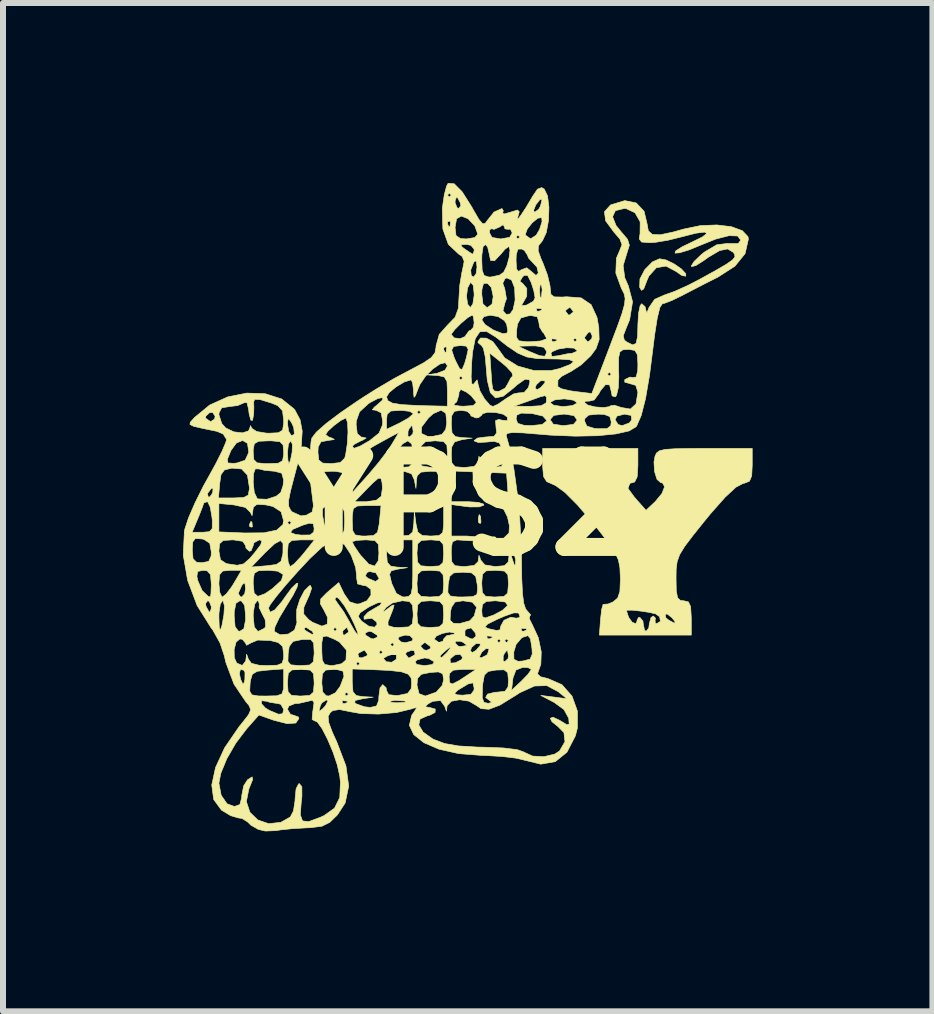
<source format=kicad_pcb>
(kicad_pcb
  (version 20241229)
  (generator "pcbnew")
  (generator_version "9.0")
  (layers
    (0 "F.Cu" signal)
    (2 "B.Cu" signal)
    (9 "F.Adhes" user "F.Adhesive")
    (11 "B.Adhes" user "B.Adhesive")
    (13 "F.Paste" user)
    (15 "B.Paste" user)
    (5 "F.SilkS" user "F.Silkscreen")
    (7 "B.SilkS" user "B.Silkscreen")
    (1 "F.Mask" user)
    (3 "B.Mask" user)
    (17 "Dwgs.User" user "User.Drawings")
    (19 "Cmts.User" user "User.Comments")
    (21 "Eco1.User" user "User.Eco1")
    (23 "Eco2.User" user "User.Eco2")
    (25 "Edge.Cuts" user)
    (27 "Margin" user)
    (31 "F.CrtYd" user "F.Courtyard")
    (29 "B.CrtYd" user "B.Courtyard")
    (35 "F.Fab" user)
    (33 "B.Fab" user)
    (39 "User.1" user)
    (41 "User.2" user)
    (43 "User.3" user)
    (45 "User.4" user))
  (footprint "YPS2"
    (layer "F.Cu")
    (at 4.727 5.378)
    (property "Reference" "YPS2" (at 0 0 0) (layer "F.SilkS") (effects (font (size 1.524 1.524) (thickness 0.3))))
    (attr through_hole)
    (fp_poly (pts (xy 0.254 -0.349) (xy 0.222 -0.318) (xy 0.191 -0.349) (xy 0.222 -0.381) (xy 0.254 -0.349)) (stroke (width 0.01) (type solid)) (fill yes) (layer "F.SilkS"))
    (fp_poly (pts (xy -3.577 0.275) (xy -3.57 0.351) (xy -3.577 0.36) (xy -3.615 0.351) (xy -3.619 0.318) (xy -3.596 0.265) (xy -3.577 0.275)) (stroke (width 0.01) (type solid)) (fill yes) (layer "F.SilkS"))
    (fp_poly (pts (xy 0.234 0.179) (xy 0.241 0.278) (xy 0.229 0.3) (xy 0.2 0.281) (xy 0.196 0.217) (xy 0.211 0.149) (xy 0.234 0.179)) (stroke (width 0.01) (type solid)) (fill yes) (layer "F.SilkS"))
    (fp_poly (pts (xy 0.491 0.533) (xy 0.472 0.562) (xy 0.407 0.566) (xy 0.34 0.551) (xy 0.369 0.528) (xy 0.468 0.521) (xy 0.491 0.533)) (stroke (width 0.01) (type solid)) (fill yes) (layer "F.SilkS"))
    (fp_poly (pts (xy 3.324 -4.095) (xy 3.459 -4.03) (xy 3.582 -3.945) (xy 3.655 -3.865) (xy 3.655 -3.824) (xy 3.589 -3.835) (xy 3.498 -3.9) (xy 3.326 -3.992) (xy 3.165 -3.965) (xy 3.04 -3.826) (xy 3.006 -3.747) (xy 2.954 -3.612) (xy 2.917 -3.587) (xy 2.886 -3.64) (xy 2.891 -3.778) (xy 2.972 -3.933) (xy 3.099 -4.062) (xy 3.217 -4.114) (xy 3.324 -4.095)) (stroke (width 0.01) (type solid)) (fill yes) (layer "F.SilkS"))
    (fp_poly (pts (xy 2.857 -0.667) (xy 2.845 -0.478) (xy 2.803 -0.393) (xy 2.762 -0.381) (xy 2.682 -0.36) (xy 2.691 -0.287) (xy 2.793 -0.148) (xy 2.831 -0.103) (xy 2.992 0.079) (xy 3.147 -0.067) (xy 3.258 -0.201) (xy 3.302 -0.314) (xy 3.268 -0.377) (xy 3.24 -0.381) (xy 3.176 -0.436) (xy 3.134 -0.568) (xy 3.125 -0.727) (xy 3.142 -0.821) (xy 3.167 -0.876) (xy 3.216 -0.913) (xy 3.31 -0.936) (xy 3.472 -0.947) (xy 3.723 -0.952) (xy 3.973 -0.953) (xy 4.763 -0.953) (xy 4.763 -0.671) (xy 4.754 -0.494) (xy 4.717 -0.406) (xy 4.633 -0.373) (xy 4.611 -0.369) (xy 4.491 -0.306) (xy 4.312 -0.14) (xy 4.071 0.132) (xy 3.976 0.248) (xy 3.773 0.501) (xy 3.636 0.682) (xy 3.553 0.818) (xy 3.511 0.936) (xy 3.495 1.062) (xy 3.493 1.216) (xy 3.497 1.426) (xy 3.519 1.538) (xy 3.566 1.582) (xy 3.619 1.587) (xy 3.699 1.606) (xy 3.736 1.684) (xy 3.746 1.853) (xy 3.747 1.873) (xy 3.747 2.159) (xy 2.215 2.159) (xy 2.235 1.889) (xy 2.251 1.749) (xy 2.667 1.749) (xy 2.686 1.816) (xy 2.706 1.868) (xy 2.762 1.946) (xy 2.824 1.969) (xy 2.844 1.923) (xy 2.842 1.911) (xy 2.871 1.863) (xy 2.889 1.864) (xy 2.941 1.925) (xy 2.948 1.984) (xy 2.968 2.079) (xy 2.995 2.095) (xy 3.038 2.042) (xy 3.048 1.968) (xy 3.076 1.865) (xy 3.115 1.841) (xy 3.153 1.88) (xy 3.143 1.905) (xy 3.148 1.964) (xy 3.171 1.968) (xy 3.233 1.93) (xy 3.219 1.854) (xy 3.164 1.812) (xy 3.311 1.812) (xy 3.323 1.87) (xy 3.367 1.907) (xy 3.47 1.963) (xy 3.476 1.936) (xy 3.428 1.872) (xy 3.347 1.808) (xy 3.311 1.812) (xy 3.164 1.812) (xy 3.159 1.808) (xy 3.053 1.782) (xy 2.903 1.759) (xy 2.76 1.744) (xy 2.674 1.745) (xy 2.667 1.749) (xy 2.251 1.749) (xy 2.253 1.731) (xy 2.276 1.649) (xy 2.286 1.646) (xy 2.36 1.641) (xy 2.445 1.605) (xy 2.52 1.541) (xy 2.557 1.431) (xy 2.565 1.238) (xy 2.564 1.191) (xy 2.557 1.036) (xy 2.533 0.91) (xy 2.477 0.785) (xy 2.376 0.633) (xy 2.216 0.426) (xy 2.098 0.28) (xy 1.849 -0.011) (xy 1.641 -0.219) (xy 1.486 -0.333) (xy 1.455 -0.347) (xy 1.337 -0.399) (xy 1.284 -0.484) (xy 1.27 -0.644) (xy 1.27 -0.68) (xy 1.27 -0.953) (xy 2.857 -0.953) (xy 2.857 -0.667)) (stroke (width 0.01) (type solid)) (fill yes) (layer "F.SilkS"))
    (fp_poly (pts (xy -0.205 -5.364) (xy -0.074 -5.233) (xy 0.087 -4.979) (xy 0.107 -4.942) (xy 0.207 -4.77) (xy 0.27 -4.696) (xy 0.315 -4.707) (xy 0.34 -4.744) (xy 0.459 -4.893) (xy 0.591 -4.952) (xy 0.591 -4.952) (xy 0.614 -4.913) (xy 0.603 -4.89) (xy 0.618 -4.859) (xy 0.734 -4.891) (xy 0.85 -4.927) (xy 0.879 -4.898) (xy 0.864 -4.843) (xy 0.842 -4.767) (xy 0.874 -4.797) (xy 0.905 -4.837) (xy 0.959 -4.919) (xy 1.117 -4.919) (xy 1.136 -4.889) (xy 1.204 -4.94) (xy 1.233 -4.994) (xy 1.259 -5.101) (xy 1.224 -5.102) (xy 1.156 -5.014) (xy 1.117 -4.919) (xy 0.959 -4.919) (xy 0.99 -4.966) (xy 1.09 -5.134) (xy 1.096 -5.146) (xy 1.183 -5.275) (xy 1.253 -5.301) (xy 1.295 -5.276) (xy 1.351 -5.162) (xy 1.374 -4.972) (xy 1.367 -4.754) (xy 1.33 -4.552) (xy 1.266 -4.415) (xy 1.259 -4.406) (xy 1.2 -4.332) (xy 1.194 -4.249) (xy 1.243 -4.112) (xy 1.275 -4.041) (xy 1.35 -3.842) (xy 1.392 -3.663) (xy 1.396 -3.619) (xy 1.407 -3.52) (xy 1.463 -3.479) (xy 1.599 -3.476) (xy 1.668 -3.481) (xy 1.911 -3.462) (xy 2.077 -3.35) (xy 2.175 -3.138) (xy 2.205 -2.968) (xy 2.211 -2.766) (xy 2.159 -2.616) (xy 2.072 -2.498) (xy 1.912 -2.346) (xy 1.737 -2.233) (xy 1.716 -2.223) (xy 1.584 -2.153) (xy 1.524 -2.091) (xy 1.524 -2.088) (xy 1.522 -1.984) (xy 1.577 -1.949) (xy 1.72 -1.915) (xy 1.805 -1.902) (xy 2.089 -1.868) (xy 2.213 -2.191) (xy 2.349 -2.191) (xy 2.381 -2.159) (xy 2.413 -2.191) (xy 2.381 -2.223) (xy 2.349 -2.191) (xy 2.213 -2.191) (xy 2.389 -2.653) (xy 2.51 -2.972) (xy 2.59 -3.196) (xy 2.633 -3.348) (xy 2.644 -3.452) (xy 2.628 -3.53) (xy 2.59 -3.606) (xy 2.583 -3.618) (xy 2.489 -3.874) (xy 2.499 -4.124) (xy 2.554 -4.253) (xy 2.592 -4.349) (xy 2.557 -4.443) (xy 2.459 -4.557) (xy 2.319 -4.747) (xy 2.31 -4.816) (xy 2.435 -4.816) (xy 2.492 -4.67) (xy 2.574 -4.569) (xy 2.685 -4.438) (xy 2.715 -4.339) (xy 2.678 -4.222) (xy 2.678 -4.221) (xy 2.611 -4.001) (xy 2.638 -3.798) (xy 2.698 -3.662) (xy 2.768 -3.397) (xy 2.719 -3.097) (xy 2.664 -2.964) (xy 2.613 -2.831) (xy 2.631 -2.758) (xy 2.671 -2.727) (xy 2.771 -2.678) (xy 2.827 -2.704) (xy 2.852 -2.821) (xy 2.857 -3.016) (xy 2.868 -3.208) (xy 2.895 -3.334) (xy 2.921 -3.365) (xy 2.978 -3.313) (xy 2.991 -3.254) (xy 3.006 -3.211) (xy 3.039 -3.292) (xy 3.04 -3.298) (xy 3.136 -3.438) (xy 3.296 -3.509) (xy 3.468 -3.57) (xy 3.692 -3.671) (xy 3.865 -3.76) (xy 4.145 -3.914) (xy 4.329 -4.021) (xy 4.433 -4.094) (xy 4.475 -4.146) (xy 4.469 -4.189) (xy 4.445 -4.223) (xy 4.353 -4.278) (xy 4.22 -4.251) (xy 4.027 -4.137) (xy 3.953 -4.083) (xy 3.826 -4.003) (xy 3.753 -3.983) (xy 3.747 -3.994) (xy 3.793 -4.068) (xy 3.91 -4.18) (xy 3.968 -4.227) (xy 4.171 -4.347) (xy 4.356 -4.371) (xy 4.381 -4.368) (xy 4.529 -4.368) (xy 4.572 -4.424) (xy 4.52 -4.494) (xy 4.376 -4.499) (xy 4.153 -4.442) (xy 3.912 -4.345) (xy 3.711 -4.262) (xy 3.551 -4.214) (xy 3.476 -4.208) (xy 3.486 -4.244) (xy 3.591 -4.312) (xy 3.741 -4.384) (xy 3.933 -4.478) (xy 4.007 -4.537) (xy 3.968 -4.559) (xy 3.822 -4.54) (xy 3.595 -4.482) (xy 3.363 -4.424) (xy 3.147 -4.388) (xy 3.053 -4.382) (xy 2.918 -4.393) (xy 2.879 -4.446) (xy 2.893 -4.534) (xy 2.895 -4.73) (xy 2.809 -4.881) (xy 2.66 -4.951) (xy 2.631 -4.953) (xy 2.482 -4.916) (xy 2.435 -4.816) (xy 2.31 -4.816) (xy 2.299 -4.898) (xy 2.4 -5.01) (xy 2.409 -5.014) (xy 2.638 -5.084) (xy 2.829 -5.045) (xy 2.96 -4.906) (xy 3.01 -4.697) (xy 3.031 -4.58) (xy 3.097 -4.52) (xy 3.228 -4.514) (xy 3.446 -4.56) (xy 3.619 -4.609) (xy 3.899 -4.667) (xy 4.174 -4.678) (xy 4.416 -4.649) (xy 4.598 -4.582) (xy 4.692 -4.483) (xy 4.699 -4.441) (xy 4.644 -4.2) (xy 4.475 -3.991) (xy 4.194 -3.81) (xy 3.952 -3.688) (xy 3.713 -3.564) (xy 3.59 -3.5) (xy 3.421 -3.418) (xy 3.294 -3.37) (xy 3.266 -3.366) (xy 3.224 -3.304) (xy 3.18 -3.127) (xy 3.136 -2.847) (xy 3.116 -2.684) (xy 3.051 -2.173) (xy 2.984 -1.782) (xy 2.913 -1.503) (xy 2.838 -1.33) (xy 2.826 -1.313) (xy 2.71 -1.244) (xy 2.488 -1.194) (xy 2.182 -1.164) (xy 1.813 -1.157) (xy 1.402 -1.174) (xy 1.221 -1.189) (xy 0.939 -1.212) (xy 0.765 -1.217) (xy 0.678 -1.203) (xy 0.661 -1.169) (xy 0.663 -1.162) (xy 0.73 -0.926) (xy 0.792 -0.596) (xy 0.846 -0.204) (xy 0.887 0.218) (xy 0.911 0.639) (xy 0.916 0.857) (xy 0.921 1.215) (xy 0.933 1.466) (xy 0.954 1.629) (xy 0.986 1.724) (xy 1.016 1.76) (xy 1.07 1.823) (xy 1.056 1.839) (xy 1.046 1.885) (xy 1.099 1.991) (xy 1.197 2.202) (xy 1.246 2.438) (xy 1.239 2.645) (xy 1.214 2.717) (xy 1.183 2.805) (xy 1.232 2.853) (xy 1.358 2.884) (xy 1.591 2.986) (xy 1.759 3.177) (xy 1.849 3.427) (xy 1.848 3.71) (xy 1.815 3.839) (xy 1.674 4.112) (xy 1.48 4.269) (xy 1.237 4.311) (xy 0.973 4.246) (xy 0.826 4.211) (xy 0.596 4.183) (xy 0.326 4.167) (xy 0.254 4.165) (xy -0.131 4.135) (xy -0.457 4.062) (xy -0.711 3.953) (xy -0.88 3.818) (xy -0.953 3.663) (xy -0.951 3.657) (xy -0.796 3.657) (xy -0.724 3.776) (xy -0.563 3.891) (xy -0.545 3.899) (xy -0.364 3.967) (xy -0.134 4.007) (xy 0.178 4.026) (xy 0.294 4.028) (xy 0.618 4.041) (xy 0.845 4.069) (xy 0.961 4.11) (xy 0.963 4.113) (xy 1.101 4.176) (xy 1.291 4.186) (xy 1.471 4.143) (xy 1.551 4.091) (xy 1.641 3.936) (xy 1.624 3.784) (xy 1.524 3.683) (xy 1.423 3.602) (xy 1.397 3.546) (xy 1.441 3.528) (xy 1.553 3.58) (xy 1.561 3.585) (xy 1.674 3.654) (xy 1.711 3.643) (xy 1.704 3.545) (xy 1.624 3.4) (xy 1.46 3.281) (xy 1.238 3.165) (xy 1.456 3.192) (xy 1.674 3.22) (xy 1.528 3.102) (xy 1.34 3.002) (xy 1.134 3.008) (xy 0.89 3.119) (xy 0.811 3.17) (xy 0.558 3.326) (xy 0.374 3.396) (xy 0.24 3.385) (xy 0.17 3.336) (xy 0.041 3.261) (xy -0.115 3.237) (xy -0.252 3.262) (xy -0.323 3.336) (xy -0.325 3.35) (xy -0.334 3.428) (xy -0.352 3.383) (xy -0.361 3.35) (xy -0.433 3.251) (xy -0.563 3.263) (xy -0.635 3.302) (xy -0.693 3.351) (xy -0.633 3.364) (xy -0.619 3.365) (xy -0.521 3.392) (xy -0.524 3.449) (xy -0.619 3.498) (xy -0.651 3.504) (xy -0.774 3.559) (xy -0.796 3.657) (xy -0.951 3.657) (xy -0.915 3.498) (xy -0.878 3.445) (xy -0.829 3.372) (xy -0.878 3.375) (xy -0.921 3.391) (xy -1.166 3.45) (xy -1.469 3.476) (xy -1.765 3.467) (xy -1.936 3.437) (xy -2.118 3.4) (xy -2.228 3.418) (xy -2.271 3.451) (xy -2.307 3.515) (xy -2.297 3.616) (xy -2.236 3.78) (xy -2.162 3.942) (xy -2.01 4.34) (xy -1.964 4.676) (xy -2.023 4.958) (xy -2.152 5.157) (xy -2.281 5.282) (xy -2.412 5.346) (xy -2.6 5.37) (xy -2.676 5.373) (xy -2.903 5.386) (xy -3.102 5.407) (xy -3.175 5.419) (xy -3.354 5.426) (xy -3.47 5.399) (xy -3.596 5.327) (xy -3.648 5.275) (xy -3.741 5.216) (xy -3.805 5.207) (xy -3.933 5.169) (xy -4.083 5.078) (xy -4.087 5.075) (xy -4.215 4.899) (xy -4.247 4.658) (xy -4.24 4.628) (xy -4.128 4.628) (xy -4.09 4.83) (xy -3.992 4.971) (xy -3.871 5.016) (xy -3.778 4.984) (xy -3.747 4.866) (xy -3.747 4.834) (xy -3.715 4.673) (xy -3.651 4.572) (xy -3.574 4.523) (xy -3.564 4.564) (xy -3.62 4.705) (xy -3.628 4.723) (xy -3.67 4.934) (xy -3.611 5.113) (xy -3.479 5.241) (xy -3.298 5.303) (xy -3.094 5.28) (xy -2.937 5.191) (xy -2.885 5.091) (xy -2.859 4.923) (xy -2.857 4.882) (xy -2.841 4.721) (xy -2.799 4.639) (xy -2.786 4.636) (xy -2.745 4.687) (xy -2.744 4.848) (xy -2.756 4.953) (xy -2.771 5.155) (xy -2.734 5.257) (xy -2.63 5.268) (xy -2.44 5.198) (xy -2.374 5.168) (xy -2.2 5.044) (xy -2.113 4.867) (xy -2.102 4.611) (xy -2.113 4.509) (xy -2.155 4.321) (xy -2.227 4.107) (xy -2.316 3.897) (xy -2.407 3.72) (xy -2.487 3.608) (xy -2.538 3.586) (xy -2.574 3.565) (xy -2.563 3.435) (xy -2.561 3.421) (xy -2.56 3.416) (xy -2.457 3.416) (xy -2.451 3.429) (xy -2.397 3.387) (xy -2.349 3.334) (xy -2.312 3.26) (xy -2.074 3.26) (xy -2.066 3.297) (xy -2.032 3.302) (xy -1.98 3.279) (xy -1.99 3.26) (xy -2.065 3.252) (xy -2.074 3.26) (xy -2.312 3.26) (xy -2.311 3.256) (xy -2.335 3.239) (xy -2.411 3.289) (xy -2.436 3.334) (xy -2.457 3.416) (xy -2.56 3.416) (xy -2.542 3.286) (xy -2.57 3.245) (xy -2.63 3.26) (xy -2.793 3.297) (xy -2.863 3.302) (xy -2.963 3.343) (xy -2.985 3.397) (xy -2.934 3.481) (xy -2.889 3.493) (xy -2.805 3.523) (xy -2.794 3.549) (xy -2.846 3.625) (xy -2.99 3.636) (xy -3.209 3.58) (xy -3.21 3.58) (xy -3.461 3.491) (xy -3.666 3.723) (xy -3.846 3.96) (xy -3.996 4.22) (xy -4.096 4.462) (xy -4.128 4.628) (xy -4.24 4.628) (xy -4.184 4.367) (xy -4.032 4.038) (xy -3.792 3.687) (xy -3.744 3.629) (xy -3.634 3.488) (xy -3.597 3.403) (xy -3.627 3.331) (xy -3.653 3.3) (xy -3.421 3.3) (xy -3.355 3.373) (xy -3.286 3.415) (xy -3.135 3.478) (xy -3.065 3.471) (xy -3.048 3.397) (xy -3.096 3.313) (xy -3.138 3.302) (xy -3.278 3.28) (xy -3.329 3.263) (xy -3.415 3.253) (xy -3.421 3.3) (xy -3.653 3.3) (xy -3.677 3.273) (xy -3.797 3.095) (xy -3.614 3.095) (xy -3.579 3.155) (xy -3.471 3.174) (xy -3.338 3.175) (xy -3.161 3.171) (xy -3.076 3.139) (xy -3.05 3.055) (xy -3.048 2.953) (xy -2.985 2.953) (xy -2.975 3.102) (xy -2.919 3.163) (xy -2.779 3.175) (xy -2.762 3.175) (xy -2.613 3.165) (xy -2.552 3.11) (xy -2.54 2.97) (xy -2.54 2.953) (xy -2.413 2.953) (xy -2.397 3.108) (xy -2.34 3.17) (xy -2.296 3.175) (xy -2.23 3.143) (xy -2.032 3.143) (xy -2 3.175) (xy -1.968 3.143) (xy -2 3.111) (xy -2.032 3.143) (xy -2.23 3.143) (xy -2.186 3.122) (xy -2.106 3.013) (xy -2.082 2.95) (xy -1.905 2.95) (xy -1.893 3.102) (xy -1.839 3.167) (xy -1.73 3.185) (xy -1.556 3.194) (xy -1.741 3.222) (xy -1.859 3.25) (xy -1.861 3.289) (xy -1.837 3.306) (xy -1.701 3.354) (xy -1.603 3.365) (xy -1.5 3.341) (xy -1.475 3.277) (xy -1.274 3.277) (xy -1.186 3.287) (xy -1.143 3.287) (xy -1.027 3.281) (xy -1.014 3.264) (xy -1.032 3.258) (xy -1.193 3.248) (xy -1.254 3.258) (xy -1.274 3.277) (xy -1.475 3.277) (xy -1.463 3.245) (xy -1.462 3.204) (xy 0.262 3.204) (xy 0.291 3.281) (xy 0.361 3.297) (xy 0.423 3.281) (xy 0.397 3.26) (xy 0.319 3.199) (xy 0.35 3.143) (xy 0.474 3.112) (xy 0.508 3.111) (xy 0.642 3.096) (xy 0.653 3.08) (xy 0.751 3.08) (xy 0.915 2.926) (xy 1.025 2.813) (xy 1.078 2.736) (xy 1.079 2.73) (xy 1.026 2.701) (xy 0.937 2.698) (xy 0.824 2.742) (xy 0.775 2.872) (xy 0.772 2.894) (xy 0.751 3.08) (xy 0.653 3.08) (xy 0.692 3.024) (xy 0.699 2.917) (xy 0.687 2.785) (xy 0.626 2.738) (xy 0.492 2.742) (xy 0.361 2.765) (xy 0.298 2.826) (xy 0.272 2.963) (xy 0.266 3.032) (xy 0.262 3.204) (xy -1.462 3.204) (xy -1.46 3.175) (xy -1.442 3.041) (xy -1.398 2.985) (xy -1.397 2.985) (xy -1.341 3.036) (xy -1.333 3.084) (xy -1.298 3.152) (xy -1.173 3.167) (xy -1.127 3.163) (xy -0.982 3.132) (xy -0.924 3.055) (xy -0.917 2.991) (xy -0.826 2.991) (xy -0.792 3.135) (xy -0.688 3.175) (xy -0.565 3.132) (xy -0.201 3.132) (xy -0.156 3.155) (xy -0.067 3.161) (xy 0.073 3.147) (xy 0.124 3.079) (xy 0.127 3.042) (xy 0.107 2.955) (xy 0.028 2.973) (xy 0.016 2.98) (xy -0.146 3.078) (xy -0.201 3.132) (xy -0.565 3.132) (xy -0.51 3.113) (xy -0.504 3.109) (xy -0.405 2.998) (xy -0.381 2.9) (xy -0.388 2.857) (xy -0.29 2.857) (xy -0.281 2.953) (xy -0.235 2.974) (xy -0.128 2.92) (xy -0.032 2.857) (xy 0.159 2.731) (xy -0.066 2.731) (xy -0.22 2.744) (xy -0.283 2.799) (xy -0.29 2.857) (xy -0.388 2.857) (xy -0.397 2.805) (xy -0.468 2.773) (xy -0.603 2.782) (xy -0.754 2.813) (xy -0.815 2.88) (xy -0.826 2.991) (xy -0.917 2.991) (xy -0.914 2.972) (xy -0.923 2.875) (xy -0.972 2.811) (xy -1.082 2.772) (xy -1.276 2.749) (xy -1.572 2.735) (xy -1.905 2.724) (xy -1.905 2.95) (xy -2.082 2.95) (xy -2.043 2.846) (xy -2.059 2.761) (xy -2.164 2.732) (xy -2.223 2.731) (xy -2.35 2.743) (xy -2.403 2.806) (xy -2.413 2.953) (xy -2.54 2.953) (xy -2.55 2.804) (xy -2.605 2.743) (xy -2.745 2.731) (xy -2.762 2.731) (xy -2.911 2.74) (xy -2.972 2.796) (xy -2.984 2.936) (xy -2.985 2.953) (xy -3.048 2.953) (xy -3.048 2.949) (xy -3.048 2.723) (xy -3.318 2.743) (xy -3.489 2.763) (xy -3.57 2.811) (xy -3.602 2.915) (xy -3.608 2.969) (xy -3.614 3.095) (xy -3.797 3.095) (xy -3.876 2.977) (xy -3.943 2.8) (xy -3.787 2.8) (xy -3.766 2.896) (xy -3.727 2.98) (xy -3.705 2.946) (xy -3.695 2.9) (xy -3.693 2.784) (xy -3.709 2.747) (xy -3.768 2.73) (xy -3.787 2.8) (xy -3.943 2.8) (xy -4.013 2.612) (xy -4.037 2.506) (xy -4.073 2.399) (xy -3.874 2.399) (xy -3.871 2.536) (xy -3.831 2.625) (xy -3.738 2.665) (xy -3.681 2.592) (xy -3.676 2.556) (xy -3.667 2.478) (xy -3.648 2.523) (xy -3.639 2.556) (xy -3.586 2.63) (xy -3.456 2.662) (xy -3.329 2.667) (xy -3.155 2.661) (xy -3.074 2.628) (xy -3.065 2.598) (xy -2.977 2.598) (xy -2.929 2.655) (xy -2.794 2.667) (xy -2.766 2.667) (xy -2.616 2.658) (xy -2.553 2.604) (xy -2.54 2.468) (xy -2.54 2.441) (xy -2.542 2.413) (xy -2.413 2.413) (xy -2.405 2.576) (xy -2.365 2.648) (xy -2.265 2.667) (xy -2.229 2.667) (xy -2.081 2.636) (xy -2.079 2.635) (xy -1.841 2.635) (xy -1.81 2.667) (xy -1.778 2.635) (xy -1.81 2.603) (xy -1.841 2.635) (xy -2.079 2.635) (xy -2.009 2.572) (xy -2.008 2.547) (xy -1.387 2.547) (xy -1.344 2.597) (xy -1.333 2.604) (xy -1.244 2.612) (xy -1.231 2.603) (xy -0.857 2.603) (xy -0.832 2.648) (xy -0.708 2.667) (xy -0.699 2.667) (xy -0.569 2.65) (xy -0.538 2.607) (xy -0.54 2.603) (xy -0.605 2.565) (xy -0.274 2.565) (xy -0.267 2.626) (xy -0.186 2.621) (xy -0.125 2.59) (xy 0.611 2.59) (xy 0.637 2.603) (xy 0.692 2.552) (xy 0.699 2.508) (xy 0.688 2.441) (xy 0.788 2.441) (xy 0.79 2.562) (xy 0.86 2.597) (xy 0.941 2.591) (xy 1.06 2.56) (xy 1.096 2.476) (xy 1.091 2.382) (xy 1.066 2.223) (xy 1.026 2.168) (xy 0.945 2.193) (xy 0.916 2.209) (xy 0.827 2.314) (xy 0.788 2.441) (xy 0.688 2.441) (xy 0.685 2.424) (xy 0.674 2.413) (xy 0.633 2.463) (xy 0.612 2.508) (xy 0.611 2.59) (xy -0.125 2.59) (xy -0.085 2.57) (xy -0.064 2.533) (xy -0.071 2.523) (xy 0.214 2.523) (xy 0.242 2.54) (xy 0.336 2.493) (xy 0.352 2.472) (xy 0.376 2.39) (xy 0.326 2.383) (xy 0.255 2.443) (xy 0.214 2.523) (xy -0.071 2.523) (xy -0.106 2.48) (xy -0.194 2.49) (xy -0.268 2.552) (xy -0.274 2.565) (xy -0.605 2.565) (xy -0.63 2.55) (xy -0.699 2.54) (xy -0.818 2.57) (xy -0.857 2.603) (xy -1.231 2.603) (xy -1.172 2.564) (xy -1.168 2.495) (xy -1.175 2.486) (xy -1.248 2.484) (xy -1.313 2.504) (xy -1.387 2.547) (xy -2.008 2.547) (xy -2.005 2.477) (xy -1.81 2.477) (xy -1.795 2.531) (xy -1.75 2.54) (xy -1.663 2.507) (xy -1.651 2.477) (xy -1.674 2.445) (xy -1.46 2.445) (xy -1.429 2.477) (xy -1.016 2.477) (xy -0.97 2.538) (xy -0.956 2.54) (xy -0.912 2.516) (xy -0.445 2.516) (xy -0.414 2.535) (xy -0.329 2.453) (xy -0.309 2.429) (xy -0.306 2.425) (xy 0.064 2.425) (xy 0.1 2.45) (xy 0.16 2.412) (xy 0.227 2.334) (xy 0.228 2.302) (xy 0.158 2.301) (xy 0.084 2.365) (xy 0.064 2.425) (xy -0.306 2.425) (xy -0.254 2.354) (xy -0.287 2.369) (xy -0.333 2.405) (xy -0.421 2.483) (xy -0.445 2.516) (xy -0.912 2.516) (xy -0.87 2.494) (xy -0.857 2.477) (xy -0.872 2.422) (xy -0.917 2.413) (xy -1.004 2.446) (xy -1.016 2.477) (xy -1.429 2.477) (xy -1.397 2.445) (xy -1.429 2.413) (xy -1.46 2.445) (xy -1.674 2.445) (xy -1.697 2.415) (xy -1.711 2.413) (xy -1.797 2.459) (xy -1.81 2.477) (xy -2.005 2.477) (xy -2.003 2.408) (xy -2.081 2.318) (xy -1.27 2.318) (xy -1.238 2.349) (xy -0.762 2.349) (xy -0.71 2.405) (xy -0.663 2.413) (xy -0.597 2.382) (xy -0.603 2.349) (xy -0.684 2.288) (xy -0.688 2.288) (xy -0.191 2.288) (xy -0.139 2.343) (xy -0.095 2.349) (xy -0.011 2.336) (xy 0 2.325) (xy -0.05 2.284) (xy -0.095 2.263) (xy -0.177 2.262) (xy -0.191 2.288) (xy -0.688 2.288) (xy -0.702 2.286) (xy -0.76 2.334) (xy -0.762 2.349) (xy -1.238 2.349) (xy -1.206 2.318) (xy -1.238 2.286) (xy -1.27 2.318) (xy -2.081 2.318) (xy -2.118 2.275) (xy -2.197 2.231) (xy -2.331 2.175) (xy -2.393 2.185) (xy -2.412 2.284) (xy -2.413 2.413) (xy -2.542 2.413) (xy -2.548 2.291) (xy -2.597 2.233) (xy -2.721 2.232) (xy -2.746 2.234) (xy -2.892 2.265) (xy -2.955 2.348) (xy -2.973 2.461) (xy -2.977 2.598) (xy -3.065 2.598) (xy -3.049 2.545) (xy -3.048 2.479) (xy -3.065 2.349) (xy -3.14 2.283) (xy -3.271 2.25) (xy -3.48 2.242) (xy -3.588 2.287) (xy -3.667 2.329) (xy -3.683 2.294) (xy -3.734 2.231) (xy -3.778 2.223) (xy -3.841 2.276) (xy -3.874 2.399) (xy -4.073 2.399) (xy -4.109 2.291) (xy -4.23 2.074) (xy -4.262 2.032) (xy -4.374 1.852) (xy -4.128 1.852) (xy -4.122 2.029) (xy -4.105 2.08) (xy -4.078 2.005) (xy -4.048 1.841) (xy -3.873 1.841) (xy -3.858 2.018) (xy -3.806 2.091) (xy -3.778 2.095) (xy -3.712 2.054) (xy -3.685 1.915) (xy -3.683 1.841) (xy -3.556 1.841) (xy -3.538 2.024) (xy -3.481 2.094) (xy -3.468 2.095) (xy -3.367 2.045) (xy -3.348 2.013) (xy -3.357 1.902) (xy -3.402 1.814) (xy -3.453 1.708) (xy -3.302 1.708) (xy -3.274 1.777) (xy -3.196 1.739) (xy -3.078 1.601) (xy -3.02 1.518) (xy -2.915 1.376) (xy -2.835 1.299) (xy -2.811 1.295) (xy -2.825 1.362) (xy -2.896 1.502) (xy -3.009 1.684) (xy -3.122 1.872) (xy -3.193 2.021) (xy -3.205 2.098) (xy -3.108 2.154) (xy -2.971 2.142) (xy -2.868 2.076) (xy -2.862 2.058) (xy -2.712 2.058) (xy -2.667 2.095) (xy -2.566 2.153) (xy -2.552 2.131) (xy -2.572 2.095) (xy -2.621 2.064) (xy -2.223 2.064) (xy -2.191 2.095) (xy -2.064 2.095) (xy -2.059 2.154) (xy -2.036 2.159) (xy -1.971 2.113) (xy -1.968 2.095) (xy -1.99 2.034) (xy -1.997 2.032) (xy -2.051 2.076) (xy -2.064 2.095) (xy -2.191 2.095) (xy -2.159 2.064) (xy -2.191 2.032) (xy -2.223 2.064) (xy -2.621 2.064) (xy -2.664 2.035) (xy -2.687 2.033) (xy -2.712 2.058) (xy -2.862 2.058) (xy -2.827 1.952) (xy -2.834 1.861) (xy -2.83 1.729) (xy -2.779 1.567) (xy -2.703 1.421) (xy -2.622 1.339) (xy -2.6 1.333) (xy -2.583 1.382) (xy -2.623 1.499) (xy -2.634 1.521) (xy -2.712 1.697) (xy -2.713 1.81) (xy -2.63 1.902) (xy -2.568 1.945) (xy -2.411 2.01) (xy -2.322 1.977) (xy -2.317 1.863) (xy -2.374 1.748) (xy -2.438 1.635) (xy -2.43 1.56) (xy -2.195 1.56) (xy -2.145 1.635) (xy -2.048 1.769) (xy -1.948 1.943) (xy -1.943 1.953) (xy -1.867 2.088) (xy -1.813 2.157) (xy -1.807 2.159) (xy -1.813 2.127) (xy -1.69 2.127) (xy -1.683 2.159) (xy -1.591 2.217) (xy -1.548 2.223) (xy -1.143 2.223) (xy -1.09 2.274) (xy -1.016 2.286) (xy -0.913 2.259) (xy -0.891 2.225) (xy -0.538 2.225) (xy -0.536 2.229) (xy -0.46 2.283) (xy -0.392 2.26) (xy -0.39 2.254) (xy 0.508 2.254) (xy 0.54 2.286) (xy 0.572 2.254) (xy 0.635 2.254) (xy 0.667 2.286) (xy 0.699 2.254) (xy 0.667 2.223) (xy 0.635 2.254) (xy 0.572 2.254) (xy 0.54 2.223) (xy 0.508 2.254) (xy -0.39 2.254) (xy -0.381 2.223) (xy -0.329 2.168) (xy -0.275 2.159) (xy -0.202 2.143) (xy -0.204 2.124) (xy -0.283 2.108) (xy -0.4 2.131) (xy -0.503 2.175) (xy -0.538 2.225) (xy -0.891 2.225) (xy -0.889 2.223) (xy -0.942 2.171) (xy -1.016 2.159) (xy -1.119 2.186) (xy -1.143 2.223) (xy -1.548 2.223) (xy -1.485 2.191) (xy -1.492 2.159) (xy -1.584 2.101) (xy -1.627 2.095) (xy -1.69 2.127) (xy -1.813 2.127) (xy -1.816 2.108) (xy -1.825 2.087) (xy -0.026 2.087) (xy -0.025 2.172) (xy 0.07 2.22) (xy 0.104 2.223) (xy 0.155 2.18) (xy 0.339 2.18) (xy 0.347 2.218) (xy 0.381 2.223) (xy 0.433 2.199) (xy 0.423 2.18) (xy 0.348 2.173) (xy 0.339 2.18) (xy 0.155 2.18) (xy 0.158 2.178) (xy 0.15 2.127) (xy 0.077 2.039) (xy -0.007 2.062) (xy -0.026 2.087) (xy -1.825 2.087) (xy -1.871 1.977) (xy -1.933 1.849) (xy -1.805 1.849) (xy -1.754 1.92) (xy -1.745 1.929) (xy -1.63 2.01) (xy -1.533 2.028) (xy -1.491 1.982) (xy -1.499 1.941) (xy -1.577 1.879) (xy -1.625 1.884) (xy -1.707 1.895) (xy -1.709 1.851) (xy -1.644 1.781) (xy -1.631 1.773) (xy -1.396 1.773) (xy -1.367 1.761) (xy -1.306 1.714) (xy -1.234 1.661) (xy -1.207 1.659) (xy -1.227 1.732) (xy -1.293 1.898) (xy -1.309 1.937) (xy -1.307 2.001) (xy -1.215 2.029) (xy -1.118 2.032) (xy -0.966 2.023) (xy -0.903 1.971) (xy -0.889 1.839) (xy -0.889 1.81) (xy -0.826 1.81) (xy -0.816 1.959) (xy -0.76 2.02) (xy -0.62 2.032) (xy -0.603 2.032) (xy -0.456 2.022) (xy 0.308 2.022) (xy 0.357 2.05) (xy 0.501 2.082) (xy 0.56 2.071) (xy 0.563 2.053) (xy 0.91 2.053) (xy 0.919 2.091) (xy 0.953 2.095) (xy 1.005 2.072) (xy 0.995 2.053) (xy 0.919 2.046) (xy 0.91 2.053) (xy 0.563 2.053) (xy 0.571 2.009) (xy 0.572 2.007) (xy 0.624 1.913) (xy 0.737 1.862) (xy 0.831 1.877) (xy 0.886 1.866) (xy 0.889 1.845) (xy 0.868 1.791) (xy 0.789 1.789) (xy 0.632 1.844) (xy 0.506 1.899) (xy 0.353 1.975) (xy 0.308 2.022) (xy -0.456 2.022) (xy -0.454 2.022) (xy -0.393 1.967) (xy -0.388 1.912) (xy -0.274 1.912) (xy -0.219 1.962) (xy -0.118 1.968) (xy 0.056 1.92) (xy 0.128 1.84) (xy 0.153 1.746) (xy 0.254 1.746) (xy 0.262 1.85) (xy 0.31 1.874) (xy 0.435 1.831) (xy 0.456 1.823) (xy 0.6 1.746) (xy 0.681 1.67) (xy 0.684 1.664) (xy 0.648 1.608) (xy 0.494 1.588) (xy 0.482 1.587) (xy 0.329 1.599) (xy 0.266 1.65) (xy 0.254 1.746) (xy 0.153 1.746) (xy 0.168 1.695) (xy 0.097 1.611) (xy -0.06 1.587) (xy -0.192 1.609) (xy -0.252 1.699) (xy -0.268 1.778) (xy -0.274 1.912) (xy -0.388 1.912) (xy -0.381 1.827) (xy -0.381 1.81) (xy -0.391 1.661) (xy -0.446 1.6) (xy -0.586 1.588) (xy -0.603 1.587) (xy -0.752 1.597) (xy -0.813 1.653) (xy -0.825 1.793) (xy -0.826 1.81) (xy -0.889 1.81) (xy -0.9 1.66) (xy -0.953 1.599) (xy -1.072 1.587) (xy -1.236 1.624) (xy -1.342 1.699) (xy -1.396 1.773) (xy -1.631 1.773) (xy -1.548 1.722) (xy -1.439 1.659) (xy -1.413 1.613) (xy -1.483 1.622) (xy -1.614 1.683) (xy -1.647 1.703) (xy -1.774 1.788) (xy -1.805 1.849) (xy -1.933 1.849) (xy -1.937 1.841) (xy -2.037 1.668) (xy -2.126 1.552) (xy -2.17 1.524) (xy -2.195 1.56) (xy -2.43 1.56) (xy -2.43 1.557) (xy -2.336 1.461) (xy -2.306 1.434) (xy -2.13 1.284) (xy -2.04 1.471) (xy -1.949 1.604) (xy -1.83 1.642) (xy -1.784 1.638) (xy -1.659 1.586) (xy -1.593 1.492) (xy -1.595 1.396) (xy -1.674 1.338) (xy -1.715 1.333) (xy -1.816 1.306) (xy -1.833 1.2) (xy -1.831 1.184) (xy -1.832 1.173) (xy -1.687 1.173) (xy -1.642 1.213) (xy -1.516 1.266) (xy -1.462 1.226) (xy -1.46 1.21) (xy -1.511 1.122) (xy -1.616 1.099) (xy -1.658 1.115) (xy -1.687 1.173) (xy -1.832 1.173) (xy -1.848 1.033) (xy -1.915 0.846) (xy -1.936 0.803) (xy -2.033 0.655) (xy -2.103 0.606) (xy -1.905 0.606) (xy -1.871 0.675) (xy -1.787 0.8) (xy -1.766 0.828) (xy -1.629 0.977) (xy -1.53 1.008) (xy -1.472 0.922) (xy -1.46 0.794) (xy -1.333 0.794) (xy -1.321 0.945) (xy -1.265 1.009) (xy -1.159 1.026) (xy -0.984 1.035) (xy -1.148 1.06) (xy -1.254 1.087) (xy -1.283 1.146) (xy -1.252 1.278) (xy -1.244 1.305) (xy -1.17 1.464) (xy -1.067 1.522) (xy -1.036 1.524) (xy -0.965 1.515) (xy -0.923 1.472) (xy -0.903 1.366) (xy -0.901 1.302) (xy -0.826 1.302) (xy -0.816 1.451) (xy -0.76 1.512) (xy -0.62 1.524) (xy -0.603 1.524) (xy -0.454 1.514) (xy -0.393 1.459) (xy -0.392 1.448) (xy -0.311 1.448) (xy -0.271 1.507) (xy -0.153 1.523) (xy -0.064 1.524) (xy 0.102 1.518) (xy 0.173 1.483) (xy 0.185 1.388) (xy 0.179 1.318) (xy 0.176 1.302) (xy 0.254 1.302) (xy 0.264 1.451) (xy 0.319 1.512) (xy 0.459 1.524) (xy 0.476 1.524) (xy 0.625 1.514) (xy 0.686 1.459) (xy 0.698 1.319) (xy 0.699 1.302) (xy 0.689 1.153) (xy 0.633 1.092) (xy 0.493 1.08) (xy 0.476 1.079) (xy 0.327 1.089) (xy 0.266 1.145) (xy 0.254 1.285) (xy 0.254 1.302) (xy 0.176 1.302) (xy 0.153 1.179) (xy 0.083 1.122) (xy -0.064 1.111) (xy -0.214 1.123) (xy -0.281 1.182) (xy -0.306 1.318) (xy -0.311 1.448) (xy -0.392 1.448) (xy -0.381 1.319) (xy -0.381 1.302) (xy -0.391 1.153) (xy -0.446 1.092) (xy -0.586 1.08) (xy -0.603 1.079) (xy -0.752 1.089) (xy -0.813 1.145) (xy -0.825 1.285) (xy -0.826 1.302) (xy -0.901 1.302) (xy -0.896 1.173) (xy -0.896 1.048) (xy -0.896 0.794) (xy -0.826 0.794) (xy -0.816 0.943) (xy -0.76 1.004) (xy -0.62 1.016) (xy -0.603 1.016) (xy -0.454 1.006) (xy -0.393 0.951) (xy -0.381 0.811) (xy -0.381 0.794) (xy -0.391 0.645) (xy -0.446 0.584) (xy -0.586 0.572) (xy -0.603 0.572) (xy -0.752 0.581) (xy -0.813 0.637) (xy -0.825 0.777) (xy -0.826 0.794) (xy -0.896 0.794) (xy -0.896 0.572) (xy -1.115 0.572) (xy -1.261 0.582) (xy -1.322 0.638) (xy -1.333 0.779) (xy -1.333 0.794) (xy -1.46 0.794) (xy -1.47 0.645) (xy -1.526 0.584) (xy -1.666 0.572) (xy -1.683 0.572) (xy -1.83 0.58) (xy -1.903 0.601) (xy -1.905 0.606) (xy -2.103 0.606) (xy -2.134 0.584) (xy -2.254 0.595) (xy -2.409 0.694) (xy -2.613 0.885) (xy -2.818 1.105) (xy -3.011 1.323) (xy -3.168 1.512) (xy -3.27 1.648) (xy -3.302 1.708) (xy -3.453 1.708) (xy -3.457 1.7) (xy -3.455 1.642) (xy -3.468 1.591) (xy -3.489 1.587) (xy -3.531 1.644) (xy -3.554 1.785) (xy -3.556 1.841) (xy -3.683 1.841) (xy -3.699 1.665) (xy -3.751 1.592) (xy -3.778 1.587) (xy -3.844 1.629) (xy -3.872 1.768) (xy -3.873 1.841) (xy -4.048 1.841) (xy -4.045 1.826) (xy -4.035 1.673) (xy -4.057 1.592) (xy -4.068 1.587) (xy -4.105 1.644) (xy -4.126 1.786) (xy -4.128 1.852) (xy -4.374 1.852) (xy -4.491 1.667) (xy -4.503 1.634) (xy -4.351 1.634) (xy -4.341 1.683) (xy -4.296 1.766) (xy -4.279 1.778) (xy -4.257 1.726) (xy -4.255 1.683) (xy -4.288 1.598) (xy -4.316 1.587) (xy -4.351 1.634) (xy -4.503 1.634) (xy -4.647 1.252) (xy -4.661 1.178) (xy -4.495 1.178) (xy -4.479 1.253) (xy -4.407 1.417) (xy -4.307 1.513) (xy -4.27 1.523) (xy -4.26 1.468) (xy -4.255 1.331) (xy -4.255 1.302) (xy -4.128 1.302) (xy -4.113 1.449) (xy -4.078 1.522) (xy -4.07 1.524) (xy -4.005 1.474) (xy -3.998 1.465) (xy -3.806 1.465) (xy -3.768 1.522) (xy -3.747 1.524) (xy -3.697 1.47) (xy -3.684 1.381) (xy -3.693 1.302) (xy -3.556 1.302) (xy -3.54 1.46) (xy -3.479 1.514) (xy -3.359 1.469) (xy -3.236 1.385) (xy -3.086 1.248) (xy -3.056 1.15) (xy -3.145 1.094) (xy -3.302 1.079) (xy -3.465 1.086) (xy -3.537 1.128) (xy -3.555 1.236) (xy -3.556 1.302) (xy -3.693 1.302) (xy -3.694 1.288) (xy -3.731 1.311) (xy -3.747 1.333) (xy -3.806 1.465) (xy -3.998 1.465) (xy -3.912 1.35) (xy -3.882 1.302) (xy -3.751 1.079) (xy -3.939 1.079) (xy -4.066 1.092) (xy -4.118 1.156) (xy -4.128 1.302) (xy -4.255 1.302) (xy -4.268 1.15) (xy -4.323 1.088) (xy -4.388 1.079) (xy -4.48 1.098) (xy -4.495 1.178) (xy -4.661 1.178) (xy -4.687 1.025) (xy -3.588 1.025) (xy -3.334 1.004) (xy -3.169 0.982) (xy -3.092 0.928) (xy -3.063 0.81) (xy -3.061 0.794) (xy -2.985 0.794) (xy -2.973 0.941) (xy -2.943 1.014) (xy -2.937 1.016) (xy -2.872 0.971) (xy -2.764 0.856) (xy -2.712 0.794) (xy -2.535 0.572) (xy -2.76 0.572) (xy -2.91 0.581) (xy -2.972 0.635) (xy -2.984 0.772) (xy -2.985 0.794) (xy -3.061 0.794) (xy -3.06 0.778) (xy -3.059 0.631) (xy -3.102 0.584) (xy -3.199 0.637) (xy -3.362 0.79) (xy -3.369 0.798) (xy -3.588 1.025) (xy -4.687 1.025) (xy -4.722 0.828) (xy -4.718 0.739) (xy -4.572 0.739) (xy -4.559 0.886) (xy -4.501 0.944) (xy -4.413 0.953) (xy -4.298 0.931) (xy -4.257 0.84) (xy -4.255 0.769) (xy -4.257 0.758) (xy -4.128 0.758) (xy -4.102 0.903) (xy -4.007 0.966) (xy -3.985 0.971) (xy -3.822 0.995) (xy -3.716 0.972) (xy -3.613 0.882) (xy -3.534 0.789) (xy -3.43 0.652) (xy -3.412 0.586) (xy -3.454 0.572) (xy -3.543 0.62) (xy -3.556 0.667) (xy -3.59 0.751) (xy -3.619 0.762) (xy -3.676 0.711) (xy -3.683 0.667) (xy -3.731 0.596) (xy -3.885 0.572) (xy -3.905 0.572) (xy -4.055 0.582) (xy -4.116 0.636) (xy -4.128 0.758) (xy -4.257 0.758) (xy -4.28 0.628) (xy -4.377 0.564) (xy -4.413 0.556) (xy -4.521 0.549) (xy -4.564 0.607) (xy -4.572 0.739) (xy -4.718 0.739) (xy -4.704 0.445) (xy -4.574 0.445) (xy -4.397 0.445) (xy -4.328 0.439) (xy -4.128 0.439) (xy -3.699 0.457) (xy -3.374 0.454) (xy -3.348 0.448) (xy -2.936 0.448) (xy -2.851 0.481) (xy -2.756 0.492) (xy -2.607 0.49) (xy -2.547 0.441) (xy -2.54 0.384) (xy -2.554 0.304) (xy -2.621 0.294) (xy -2.731 0.327) (xy -2.896 0.397) (xy -2.936 0.448) (xy -3.348 0.448) (xy -3.164 0.409) (xy -3.062 0.319) (xy -3.055 0.286) (xy -2.985 0.286) (xy -2.953 0.318) (xy -2.921 0.286) (xy -2.953 0.254) (xy -2.985 0.286) (xy -3.055 0.286) (xy -3.049 0.255) (xy -3.091 0.103) (xy -3.227 0.015) (xy -3.35 -0.012) (xy -3.493 -0.02) (xy -3.553 0.026) (xy -3.563 0.09) (xy -3.575 0.169) (xy -3.597 0.125) (xy -3.599 0.117) (xy -3.686 0.031) (xy -3.877 -0.011) (xy -4.128 -0.035) (xy -4.128 0.202) (xy -4.128 0.439) (xy -4.328 0.439) (xy -4.284 0.435) (xy -4.239 0.383) (xy -4.238 0.251) (xy -4.244 0.191) (xy -4.271 0.031) (xy -4.311 -0.057) (xy -4.325 -0.064) (xy -4.381 -0.043) (xy -4.381 -0.04) (xy -4.404 0.029) (xy -4.459 0.169) (xy -4.478 0.214) (xy -4.574 0.445) (xy -4.704 0.445) (xy -4.704 0.432) (xy -4.696 0.392) (xy -4.634 0.204) (xy -4.524 -0.049) (xy -4.485 -0.127) (xy -4.135 -0.127) (xy -3.877 -0.127) (xy -3.713 -0.135) (xy -3.639 -0.174) (xy -3.621 -0.269) (xy -3.62 -0.302) (xy -3.634 -0.393) (xy -3.556 -0.393) (xy -3.538 -0.218) (xy -3.49 -0.118) (xy -3.477 -0.111) (xy -3.328 -0.105) (xy -3.172 -0.156) (xy -3.097 -0.217) (xy -3.058 -0.333) (xy -3.049 -0.429) (xy -3.08 -0.54) (xy -3.195 -0.571) (xy -3.202 -0.572) (xy -3.366 -0.587) (xy -3.456 -0.61) (xy -3.521 -0.612) (xy -3.55 -0.533) (xy -3.556 -0.393) (xy -3.634 -0.393) (xy -3.652 -0.507) (xy -3.749 -0.61) (xy -3.912 -0.624) (xy -4.035 -0.594) (xy -4.093 -0.515) (xy -4.115 -0.365) (xy -4.135 -0.127) (xy -4.485 -0.127) (xy -4.455 -0.187) (xy -4.318 -0.187) (xy -4.298 -0.129) (xy -4.251 -0.179) (xy -4.23 -0.226) (xy -4.226 -0.291) (xy -4.255 -0.285) (xy -4.316 -0.204) (xy -4.318 -0.187) (xy -4.455 -0.187) (xy -4.386 -0.326) (xy -4.315 -0.453) (xy -4.181 -0.696) (xy -4.143 -0.771) (xy -3.987 -0.771) (xy -3.977 -0.71) (xy -3.883 -0.704) (xy -3.826 -0.71) (xy -3.69 -0.756) (xy -3.635 -0.876) (xy -3.633 -0.889) (xy -3.556 -0.889) (xy -3.546 -0.767) (xy -3.492 -0.713) (xy -3.357 -0.699) (xy -3.302 -0.699) (xy -3.139 -0.706) (xy -3.067 -0.747) (xy -3.048 -0.848) (xy -3.048 -0.889) (xy -2.985 -0.889) (xy -2.977 -0.755) (xy -2.96 -0.699) (xy -2.96 -0.699) (xy -2.935 -0.753) (xy -2.908 -0.886) (xy -2.907 -0.889) (xy -2.903 -1.022) (xy -2.931 -1.079) (xy -2.932 -1.079) (xy -2.969 -1.024) (xy -2.984 -0.891) (xy -2.985 -0.889) (xy -3.048 -0.889) (xy -3.058 -1.011) (xy -3.112 -1.065) (xy -3.247 -1.079) (xy -3.302 -1.079) (xy -3.465 -1.072) (xy -3.537 -1.031) (xy -3.556 -0.93) (xy -3.556 -0.889) (xy -3.633 -0.889) (xy -3.631 -0.905) (xy -3.652 -1.038) (xy -3.732 -1.085) (xy -3.836 -1.043) (xy -3.927 -0.918) (xy -3.987 -0.771) (xy -4.143 -0.771) (xy -4.075 -0.907) (xy -4.012 -1.055) (xy -4 -1.102) (xy -4.056 -1.192) (xy -4.159 -1.237) (xy -4.407 -1.288) (xy -4.551 -1.322) (xy -4.61 -1.352) (xy -4.605 -1.389) (xy -4.554 -1.446) (xy -4.532 -1.47) (xy -4.511 -1.487) (xy -4.35 -1.487) (xy -4.346 -1.454) (xy -4.266 -1.398) (xy -4.2 -1.442) (xy -4.191 -1.49) (xy -4.207 -1.515) (xy -4.128 -1.515) (xy -4.08 -1.367) (xy -4.016 -1.295) (xy -3.879 -1.229) (xy -3.736 -1.212) (xy -3.635 -1.244) (xy -3.614 -1.286) (xy -3.602 -1.333) (xy -3.577 -1.286) (xy -3.498 -1.234) (xy -3.34 -1.208) (xy -3.297 -1.206) (xy -3.136 -1.214) (xy -3.066 -1.257) (xy -3.05 -1.36) (xy -2.983 -1.36) (xy -2.965 -1.238) (xy -2.922 -1.168) (xy -2.878 -1.181) (xy -2.87 -1.2) (xy -2.881 -1.304) (xy -2.915 -1.379) (xy -2.966 -1.453) (xy -2.981 -1.41) (xy -2.983 -1.36) (xy -3.05 -1.36) (xy -3.048 -1.368) (xy -3.048 -1.423) (xy -3.067 -1.58) (xy -3.147 -1.666) (xy -3.248 -1.708) (xy -3.438 -1.766) (xy -3.531 -1.77) (xy -3.548 -1.73) (xy -3.545 -1.635) (xy -3.548 -1.529) (xy -3.567 -1.42) (xy -3.596 -1.424) (xy -3.624 -1.529) (xy -3.633 -1.607) (xy -3.661 -1.719) (xy -3.709 -1.713) (xy -3.815 -1.667) (xy -3.95 -1.651) (xy -4.082 -1.629) (xy -4.126 -1.545) (xy -4.128 -1.515) (xy -4.207 -1.515) (xy -4.233 -1.554) (xy -4.286 -1.547) (xy -4.35 -1.487) (xy -4.511 -1.487) (xy -4.281 -1.676) (xy -3.982 -1.811) (xy -3.663 -1.875) (xy -3.353 -1.864) (xy -3.081 -1.777) (xy -2.876 -1.612) (xy -2.859 -1.589) (xy -2.774 -1.429) (xy -2.739 -1.241) (xy -2.754 -1) (xy -2.82 -0.679) (xy -2.868 -0.497) (xy -2.934 -0.245) (xy -2.966 -0.085) (xy -2.964 0.013) (xy -2.931 0.079) (xy -2.907 0.105) (xy -2.759 0.172) (xy -2.668 0.159) (xy -2.573 0.106) (xy -2.562 0.052) (xy -2.401 0.052) (xy -2.4 0.164) (xy -2.373 0.31) (xy -2.322 0.454) (xy -2.226 0.506) (xy -2.183 0.508) (xy -2.085 0.493) (xy -2.042 0.423) (xy -2.032 0.265) (xy -2.032 0.254) (xy -1.905 0.254) (xy -1.898 0.417) (xy -1.857 0.489) (xy -1.75 0.507) (xy -1.689 0.508) (xy -1.55 0.499) (xy -1.484 0.446) (xy -1.456 0.313) (xy -1.45 0.254) (xy -1.426 0.007) (xy -1.333 0.007) (xy -1.333 0.258) (xy -1.326 0.419) (xy -1.284 0.49) (xy -1.172 0.508) (xy -1.111 0.508) (xy -0.961 0.497) (xy -0.897 0.44) (xy -0.879 0.302) (xy -0.869 0.095) (xy -0.843 0.302) (xy -0.812 0.442) (xy -0.738 0.498) (xy -0.599 0.508) (xy -0.459 0.5) (xy -0.397 0.451) (xy -0.381 0.324) (xy -0.381 0.258) (xy -0.381 0.007) (xy -1.333 0.007) (xy -1.426 0.007) (xy -1.425 0) (xy -1.665 0) (xy -1.819 0.007) (xy -1.887 0.051) (xy -1.904 0.171) (xy -1.905 0.254) (xy -2.032 0.254) (xy -2.04 0.091) (xy -2.08 0.019) (xy -2.182 0.0004) (xy -2.223 0) (xy -2.347 0.008) (xy -2.401 0.052) (xy -2.562 0.052) (xy -2.552 0.002) (xy -2.56 -0.064) (xy -1.866 -0.064) (xy -1.661 -0.064) (xy -1.502 -0.09) (xy -1.422 -0.154) (xy -1.402 -0.29) (xy -1.404 -0.318) (xy -1.333 -0.318) (xy -1.333 -0.064) (xy -0.395 -0.064) (xy -0.254 -0.064) (xy 0.035 -0.064) (xy 0.198 -0.053) (xy 0.285 -0.025) (xy 0.289 -0.006) (xy 0.21 0.022) (xy 0.055 0.023) (xy -0.000013 0.017) (xy -0.254 -0.017) (xy -0.254 0.508) (xy 0 0.508) (xy 0.159 0.519) (xy 0.248 0.546) (xy 0.254 0.557) (xy 0.198 0.583) (xy 0.058 0.587) (xy 0 0.582) (xy -0.162 0.572) (xy -0.235 0.604) (xy -0.253 0.706) (xy -0.254 0.787) (xy -0.245 0.939) (xy -0.193 1.002) (xy -0.061 1.016) (xy -0.032 1.016) (xy 0.128 0.998) (xy 0.193 0.935) (xy 0.198 0.905) (xy 0.207 0.827) (xy 0.225 0.872) (xy 0.234 0.905) (xy 0.305 0.989) (xy 0.473 1.016) (xy 0.481 1.016) (xy 0.632 1.002) (xy 0.694 0.943) (xy 0.705 0.873) (xy 0.712 0.779) (xy 0.732 0.799) (xy 0.762 0.889) (xy 0.799 0.996) (xy 0.814 0.985) (xy 0.819 0.905) (xy 0.781 0.754) (xy 0.699 0.635) (xy 0.624 0.539) (xy 0.656 0.508) (xy 0.708 0.458) (xy 0.715 0.337) (xy 0.683 0.19) (xy 0.619 0.061) (xy 0.578 0.018) (xy 0.512 -0.043) (xy 0.556 -0.06) (xy 0.591 -0.061) (xy 0.666 -0.086) (xy 0.691 -0.18) (xy 0.686 -0.302) (xy 0.667 -0.54) (xy -0.254 -0.577) (xy -0.254 -0.064) (xy -0.395 -0.064) (xy -0.364 -0.27) (xy -0.349 -0.451) (xy -0.393 -0.54) (xy -0.52 -0.57) (xy -0.607 -0.572) (xy -0.759 -0.557) (xy -0.822 -0.498) (xy -0.834 -0.429) (xy -0.843 -0.286) (xy -0.87 -0.429) (xy -0.916 -0.529) (xy -1.027 -0.568) (xy -1.116 -0.572) (xy -1.255 -0.564) (xy -1.317 -0.515) (xy -1.333 -0.39) (xy -1.333 -0.318) (xy -1.404 -0.318) (xy -1.408 -0.381) (xy -1.427 -0.454) (xy -1.47 -0.456) (xy -1.56 -0.379) (xy -1.648 -0.29) (xy -1.866 -0.064) (xy -2.56 -0.064) (xy -2.563 -0.086) (xy -2.594 -0.333) (xy -2.595 -0.355) (xy -2.477 -0.355) (xy -2.453 -0.184) (xy -2.365 -0.098) (xy -2.182 -0.069) (xy -2.175 -0.069) (xy -2.083 -0.081) (xy -2.041 -0.152) (xy -2.032 -0.314) (xy -2.032 -0.318) (xy -2.039 -0.48) (xy -2.048 -0.496) (xy -1.902 -0.496) (xy -1.902 -0.491) (xy -1.899 -0.222) (xy -1.632 -0.52) (xy -1.535 -0.635) (xy -1.329 -0.635) (xy -1.109 -0.635) (xy -0.962 -0.645) (xy -0.901 -0.701) (xy -0.898 -0.741) (xy -0.796 -0.741) (xy -0.742 -0.661) (xy -0.595 -0.636) (xy -0.536 -0.635) (xy -0.39 -0.645) (xy -0.329 -0.701) (xy -0.318 -0.842) (xy -0.318 -0.857) (xy -0.327 -1.006) (xy -0.383 -1.067) (xy -0.52 -1.079) (xy -0.532 -1.079) (xy -0.684 -1.064) (xy -0.756 -0.995) (xy -0.781 -0.905) (xy -0.796 -0.741) (xy -0.898 -0.741) (xy -0.889 -0.842) (xy -0.889 -0.857) (xy -0.913 -1.027) (xy -0.978 -1.079) (xy -1.064 -1.029) (xy -1.169 -0.904) (xy -1.198 -0.857) (xy -1.329 -0.635) (xy -1.535 -0.635) (xy -1.467 -0.716) (xy -1.319 -0.909) (xy -1.247 -1.018) (xy -1.165 -1.156) (xy -0.977 -1.156) (xy -0.951 -1.143) (xy -0.896 -1.194) (xy -0.895 -1.203) (xy -0.753 -1.203) (xy -0.649 -1.154) (xy -0.556 -1.155) (xy -0.41 -1.186) (xy -0.347 -1.268) (xy -0.332 -1.365) (xy -0.254 -1.365) (xy -0.242 -1.214) (xy -0.186 -1.15) (xy -0.079 -1.133) (xy 0.095 -1.124) (xy -0.079 -1.098) (xy -0.199 -1.061) (xy -0.247 -0.974) (xy -0.254 -0.853) (xy -0.244 -0.707) (xy -0.188 -0.647) (xy -0.046 -0.635) (xy -0.032 -0.635) (xy 0.128 -0.653) (xy 0.193 -0.716) (xy 0.198 -0.746) (xy 0.207 -0.824) (xy 0.225 -0.779) (xy 0.234 -0.746) (xy 0.319 -0.655) (xy 0.449 -0.635) (xy 0.579 -0.652) (xy 0.628 -0.722) (xy 0.611 -0.873) (xy 0.593 -0.943) (xy 0.548 -1.043) (xy 0.458 -1.071) (xy 0.34 -1.059) (xy 0.198 -1.051) (xy 0.128 -1.077) (xy 0.127 -1.083) (xy 0.182 -1.125) (xy 0.316 -1.143) (xy 0.325 -1.143) (xy 0.46 -1.155) (xy 0.502 -1.211) (xy 0.492 -1.303) (xy 0.484 -1.416) (xy 0.539 -1.437) (xy 0.588 -1.424) (xy 0.68 -1.415) (xy 0.683 -1.446) (xy 0.826 -1.446) (xy 0.853 -1.371) (xy 0.956 -1.339) (xy 1.079 -1.333) (xy 1.262 -1.352) (xy 1.332 -1.408) (xy 1.333 -1.422) (xy 1.328 -1.429) (xy 1.397 -1.429) (xy 1.445 -1.358) (xy 1.599 -1.334) (xy 1.619 -1.333) (xy 1.784 -1.354) (xy 1.832 -1.41) (xy 1.968 -1.41) (xy 2.005 -1.326) (xy 2.132 -1.286) (xy 2.191 -1.281) (xy 2.342 -1.283) (xy 2.404 -1.329) (xy 2.413 -1.395) (xy 2.404 -1.429) (xy 2.477 -1.429) (xy 2.529 -1.35) (xy 2.597 -1.333) (xy 2.715 -1.378) (xy 2.753 -1.429) (xy 2.746 -1.502) (xy 2.633 -1.524) (xy 2.507 -1.491) (xy 2.477 -1.429) (xy 2.404 -1.429) (xy 2.389 -1.484) (xy 2.294 -1.52) (xy 2.191 -1.524) (xy 2.035 -1.508) (xy 1.973 -1.45) (xy 1.968 -1.41) (xy 1.832 -1.41) (xy 1.841 -1.42) (xy 1.841 -1.429) (xy 1.793 -1.499) (xy 1.639 -1.524) (xy 1.619 -1.524) (xy 1.455 -1.503) (xy 1.397 -1.437) (xy 1.397 -1.429) (xy 1.328 -1.429) (xy 1.273 -1.492) (xy 1.099 -1.533) (xy 1.079 -1.535) (xy 0.914 -1.541) (xy 0.84 -1.509) (xy 0.826 -1.446) (xy 0.683 -1.446) (xy 0.685 -1.47) (xy 0.617 -1.521) (xy 0.49 -1.551) (xy 0.355 -1.556) (xy 0.266 -1.531) (xy 0.254 -1.508) (xy 0.202 -1.466) (xy 0.159 -1.46) (xy 0.074 -1.495) (xy 0.064 -1.524) (xy 0.009 -1.572) (xy -0.095 -1.587) (xy -0.203 -1.571) (xy -0.247 -1.496) (xy -0.254 -1.365) (xy -0.332 -1.365) (xy -0.329 -1.381) (xy -0.345 -1.538) (xy -0.423 -1.59) (xy -0.553 -1.533) (xy -0.635 -1.46) (xy -0.749 -1.309) (xy -0.753 -1.203) (xy -0.895 -1.203) (xy -0.889 -1.238) (xy -0.903 -1.323) (xy -0.914 -1.333) (xy -0.955 -1.284) (xy -0.975 -1.238) (xy -0.977 -1.156) (xy -1.165 -1.156) (xy -1.129 -1.219) (xy -1.279 -1.139) (xy -1.556 -0.986) (xy -1.738 -0.865) (xy -1.843 -0.757) (xy -1.891 -0.641) (xy -1.902 -0.496) (xy -2.048 -0.496) (xy -2.08 -0.552) (xy -2.189 -0.571) (xy -2.254 -0.572) (xy -2.403 -0.562) (xy -2.464 -0.506) (xy -2.476 -0.368) (xy -2.477 -0.355) (xy -2.595 -0.355) (xy -2.609 -0.61) (xy -2.608 -0.871) (xy -2.607 -0.889) (xy -2.477 -0.889) (xy -2.463 -0.76) (xy -2.398 -0.708) (xy -2.261 -0.699) (xy -2.105 -0.717) (xy -2.032 -0.788) (xy -2.016 -0.841) (xy -1.994 -0.986) (xy -1.905 -0.986) (xy -1.874 -0.955) (xy -1.772 -0.992) (xy -1.611 -1.085) (xy -1.459 -1.207) (xy -1.401 -1.343) (xy -1.397 -1.402) (xy -1.402 -1.43) (xy -1.333 -1.43) (xy -1.333 -1.272) (xy -1.111 -1.378) (xy -0.969 -1.458) (xy -0.893 -1.524) (xy -0.889 -1.536) (xy -0.922 -1.556) (xy -0.826 -1.556) (xy -0.794 -1.524) (xy -0.762 -1.556) (xy -0.794 -1.587) (xy -0.826 -1.556) (xy -0.922 -1.556) (xy -0.945 -1.57) (xy -1.082 -1.587) (xy -1.111 -1.587) (xy -1.262 -1.576) (xy -1.323 -1.522) (xy -1.333 -1.43) (xy -1.402 -1.43) (xy -1.422 -1.545) (xy -1.504 -1.587) (xy -1.571 -1.597) (xy -1.535 -1.642) (xy -1.489 -1.678) (xy -1.396 -1.763) (xy -1.4 -1.8) (xy -1.478 -1.785) (xy -1.608 -1.717) (xy -1.637 -1.697) (xy -1.783 -1.563) (xy -1.837 -1.41) (xy -1.84 -1.349) (xy -1.821 -1.198) (xy -1.752 -1.141) (xy -1.73 -1.139) (xy -1.673 -1.126) (xy -1.73 -1.091) (xy -1.762 -1.078) (xy -1.872 -1.021) (xy -1.905 -0.986) (xy -1.994 -0.986) (xy -1.987 -1.032) (xy -1.976 -1.224) (xy -1.983 -1.379) (xy -2.007 -1.456) (xy -2.014 -1.458) (xy -2.093 -1.42) (xy -2.208 -1.335) (xy -2.309 -1.243) (xy -2.349 -1.185) (xy -2.298 -1.144) (xy -2.238 -1.123) (xy -2.203 -1.101) (xy -2.288 -1.088) (xy -2.302 -1.087) (xy -2.426 -1.063) (xy -2.472 -0.978) (xy -2.477 -0.889) (xy -2.607 -0.889) (xy -2.591 -1.07) (xy -2.578 -1.126) (xy -2.503 -1.224) (xy -2.339 -1.369) (xy -2.105 -1.545) (xy -1.823 -1.739) (xy -1.709 -1.813) (xy -1.333 -1.813) (xy -1.313 -1.75) (xy -1.236 -1.708) (xy -1.083 -1.683) (xy -0.831 -1.669) (xy -0.714 -1.665) (xy -0.318 -1.656) (xy -0.318 -1.693) (xy -0.206 -1.693) (xy -0.204 -1.672) (xy -0.1 -1.658) (xy -0.05 -1.656) (xy 0.111 -1.667) (xy 0.16 -1.713) (xy 0.156 -1.732) (xy 0.08 -1.828) (xy -0.001 -1.891) (xy -0.096 -1.936) (xy -0.126 -1.889) (xy -0.127 -1.847) (xy -0.163 -1.73) (xy -0.206 -1.693) (xy -0.318 -1.693) (xy -0.318 -1.907) (xy -0.326 -2.07) (xy -0.36 -2.127) (xy -0.127 -2.127) (xy -0.095 -2.095) (xy -0.064 -2.127) (xy -0.082 -2.145) (xy 0.077 -2.145) (xy 0.087 -2.029) (xy 0.117 -2.022) (xy 0.124 -2.032) (xy 0.176 -2.095) (xy 0.189 -2.047) (xy 0.19 -2.03) (xy 0.224 -1.911) (xy 0.302 -1.776) (xy 0.391 -1.674) (xy 0.44 -1.651) (xy 0.452 -1.657) (xy 0.794 -1.657) (xy 1.064 -1.654) (xy 1.245 -1.665) (xy 1.325 -1.71) (xy 1.326 -1.714) (xy 1.397 -1.714) (xy 1.453 -1.673) (xy 1.59 -1.652) (xy 1.619 -1.651) (xy 1.766 -1.667) (xy 1.84 -1.706) (xy 1.841 -1.714) (xy 1.839 -1.717) (xy 1.968 -1.717) (xy 2.023 -1.674) (xy 2.148 -1.644) (xy 2.288 -1.634) (xy 2.386 -1.65) (xy 2.401 -1.664) (xy 2.466 -1.673) (xy 2.58 -1.635) (xy 2.732 -1.609) (xy 2.825 -1.694) (xy 2.857 -1.889) (xy 2.822 -2.004) (xy 2.727 -2.032) (xy 2.638 -2.057) (xy 2.638 -2.1) (xy 2.725 -2.142) (xy 2.769 -2.134) (xy 2.828 -2.143) (xy 2.854 -2.247) (xy 2.857 -2.351) (xy 2.849 -2.514) (xy 2.807 -2.586) (xy 2.71 -2.603) (xy 2.699 -2.603) (xy 2.608 -2.597) (xy 2.557 -2.561) (xy 2.536 -2.466) (xy 2.535 -2.286) (xy 2.539 -2.15) (xy 2.531 -1.965) (xy 2.501 -1.839) (xy 2.481 -1.812) (xy 2.427 -1.828) (xy 2.413 -1.901) (xy 2.385 -2.012) (xy 2.317 -2.016) (xy 2.234 -1.918) (xy 2.21 -1.871) (xy 2.129 -1.761) (xy 2.052 -1.742) (xy 1.978 -1.739) (xy 1.968 -1.717) (xy 1.839 -1.717) (xy 1.786 -1.756) (xy 1.648 -1.777) (xy 1.619 -1.778) (xy 1.472 -1.762) (xy 1.399 -1.723) (xy 1.397 -1.714) (xy 1.326 -1.714) (xy 1.333 -1.746) (xy 1.333 -1.809) (xy 1.309 -1.832) (xy 1.232 -1.814) (xy 1.068 -1.755) (xy 1.048 -1.748) (xy 0.794 -1.657) (xy 0.452 -1.657) (xy 0.52 -1.687) (xy 0.647 -1.774) (xy 0.658 -1.782) (xy 0.786 -1.862) (xy 0.876 -1.88) (xy 0.881 -1.878) (xy 0.962 -1.887) (xy 1.024 -1.957) (xy 1.143 -1.957) (xy 1.179 -1.931) (xy 1.24 -1.97) (xy 1.306 -2.047) (xy 1.308 -2.079) (xy 1.237 -2.081) (xy 1.164 -2.016) (xy 1.143 -1.957) (xy 1.024 -1.957) (xy 1.033 -1.967) (xy 1.057 -2.067) (xy 1.046 -2.098) (xy 0.975 -2.106) (xy 0.839 -2.01) (xy 0.785 -1.96) (xy 0.611 -1.822) (xy 0.483 -1.795) (xy 0.397 -1.883) (xy 0.346 -2.09) (xy 0.33 -2.277) (xy 0.312 -2.48) (xy 0.299 -2.541) (xy 0.387 -2.541) (xy 0.408 -2.239) (xy 0.422 -2.044) (xy 0.436 -1.945) (xy 0.465 -1.909) (xy 0.519 -1.905) (xy 0.542 -1.905) (xy 0.643 -1.957) (xy 0.68 -2.016) (xy 0.739 -2.128) (xy 0.771 -2.161) (xy 0.757 -2.216) (xy 0.664 -2.316) (xy 0.604 -2.368) (xy 0.387 -2.541) (xy 0.299 -2.541) (xy 0.281 -2.622) (xy 0.251 -2.667) (xy 0.192 -2.715) (xy 0.191 -2.731) (xy 0.233 -2.793) (xy 0.33 -2.791) (xy 0.437 -2.735) (xy 0.504 -2.646) (xy 0.637 -2.461) (xy 0.856 -2.325) (xy 1.125 -2.251) (xy 1.41 -2.251) (xy 1.551 -2.284) (xy 1.729 -2.352) (xy 1.786 -2.4) (xy 1.722 -2.43) (xy 1.534 -2.443) (xy 1.404 -2.445) (xy 1.177 -2.45) (xy 1.007 -2.477) (xy 0.855 -2.541) (xy 0.684 -2.657) (xy 0.857 -2.657) (xy 1.048 -2.569) (xy 1.218 -2.499) (xy 1.304 -2.489) (xy 1.332 -2.54) (xy 1.332 -2.54) (xy 1.408 -2.54) (xy 1.421 -2.486) (xy 1.531 -2.498) (xy 1.681 -2.53) (xy 1.762 -2.539) (xy 1.836 -2.57) (xy 1.842 -2.588) (xy 1.79 -2.625) (xy 1.669 -2.631) (xy 1.531 -2.609) (xy 1.429 -2.566) (xy 1.408 -2.54) (xy 1.332 -2.54) (xy 1.333 -2.572) (xy 1.291 -2.638) (xy 1.152 -2.662) (xy 1.095 -2.662) (xy 0.857 -2.657) (xy 0.684 -2.657) (xy 0.68 -2.659) (xy 0.493 -2.806) (xy 0.832 -2.806) (xy 0.873 -2.747) (xy 0.993 -2.731) (xy 1.075 -2.731) (xy 1.236 -2.744) (xy 1.317 -2.773) (xy 1.418 -2.773) (xy 1.427 -2.735) (xy 1.46 -2.731) (xy 1.513 -2.754) (xy 1.508 -2.762) (xy 1.778 -2.762) (xy 1.81 -2.731) (xy 1.841 -2.762) (xy 1.813 -2.79) (xy 1.968 -2.79) (xy 2.017 -2.732) (xy 2.032 -2.731) (xy 2.088 -2.782) (xy 2.095 -2.829) (xy 2.065 -2.895) (xy 2.032 -2.889) (xy 1.971 -2.808) (xy 1.968 -2.79) (xy 1.813 -2.79) (xy 1.81 -2.794) (xy 1.778 -2.762) (xy 1.508 -2.762) (xy 1.503 -2.773) (xy 1.427 -2.78) (xy 1.418 -2.773) (xy 1.317 -2.773) (xy 1.326 -2.776) (xy 1.333 -2.79) (xy 1.287 -2.876) (xy 1.27 -2.889) (xy 1.217 -2.979) (xy 1.206 -3.056) (xy 1.18 -3.147) (xy 1.079 -3.167) (xy 1.032 -3.163) (xy 0.906 -3.127) (xy 0.851 -3.028) (xy 0.837 -2.937) (xy 0.832 -2.806) (xy 0.493 -2.806) (xy 0.49 -2.808) (xy 0.334 -2.903) (xy 0.222 -2.897) (xy 0.146 -2.783) (xy 0.1 -2.554) (xy 0.086 -2.38) (xy 0.077 -2.145) (xy -0.082 -2.145) (xy -0.095 -2.159) (xy -0.127 -2.127) (xy -0.36 -2.127) (xy -0.37 -2.144) (xy -0.472 -2.167) (xy -0.492 -2.169) (xy -0.663 -2.178) (xy -0.682 -2.159) (xy -0.775 -2.022) (xy -0.799 -1.968) (xy -0.852 -1.83) (xy -0.875 -1.805) (xy -0.883 -1.885) (xy -0.884 -1.921) (xy -0.899 -2.048) (xy -0.924 -2.095) (xy -1.036 -2.061) (xy -1.174 -1.979) (xy -1.289 -1.884) (xy -1.333 -1.813) (xy -1.709 -1.813) (xy -1.515 -1.936) (xy -1.202 -2.121) (xy -1.094 -2.178) (xy -0.667 -2.178) (xy -0.663 -2.178) (xy -0.662 -2.179) (xy -0.492 -2.204) (xy -0.359 -2.256) (xy -0.318 -2.328) (xy -0.354 -2.382) (xy -0.444 -2.359) (xy -0.562 -2.278) (xy -0.662 -2.179) (xy -0.667 -2.178) (xy -1.094 -2.178) (xy -0.94 -2.26) (xy -0.718 -2.378) (xy -0.588 -2.466) (xy -0.526 -2.546) (xy -0.515 -2.603) (xy -0.381 -2.603) (xy -0.358 -2.551) (xy -0.339 -2.561) (xy -0.336 -2.592) (xy -0.247 -2.592) (xy -0.203 -2.459) (xy -0.175 -2.399) (xy -0.115 -2.282) (xy -0.074 -2.268) (xy -0.033 -2.363) (xy -0.002 -2.468) (xy 0.028 -2.604) (xy -0.003 -2.658) (xy -0.1 -2.667) (xy -0.215 -2.653) (xy -0.247 -2.592) (xy -0.336 -2.592) (xy -0.331 -2.637) (xy -0.339 -2.646) (xy -0.376 -2.637) (xy -0.381 -2.603) (xy -0.515 -2.603) (xy -0.508 -2.642) (xy -0.508 -2.662) (xy -0.455 -2.851) (xy -0.254 -2.851) (xy -0.205 -2.795) (xy -0.105 -2.783) (xy -0.023 -2.818) (xy -0.011 -2.84) (xy 0.045 -2.915) (xy 0.068 -2.921) (xy 0.116 -2.974) (xy 0.127 -3.048) (xy 0.121 -3.096) (xy 0.255 -3.096) (xy 0.309 -3.018) (xy 0.437 -2.933) (xy 0.462 -2.921) (xy 0.605 -2.865) (xy 0.672 -2.875) (xy 0.688 -2.908) (xy 0.669 -3.023) (xy 0.632 -3.083) (xy 0.529 -3.15) (xy 0.397 -3.173) (xy 0.29 -3.15) (xy 0.255 -3.096) (xy 0.121 -3.096) (xy 0.114 -3.151) (xy 0.096 -3.175) (xy 0.023 -3.135) (xy -0.088 -3.042) (xy -0.195 -2.936) (xy -0.252 -2.859) (xy -0.254 -2.851) (xy -0.455 -2.851) (xy -0.453 -2.855) (xy -0.318 -3.007) (xy -0.189 -3.14) (xy -0.135 -3.291) (xy -0.127 -3.441) (xy -0.124 -3.489) (xy 0 -3.489) (xy 0.019 -3.357) (xy 0.064 -3.302) (xy 0.105 -3.358) (xy 0.126 -3.496) (xy 0.127 -3.522) (xy 0.254 -3.522) (xy 0.275 -3.359) (xy 0.342 -3.302) (xy 0.349 -3.302) (xy 0.425 -3.358) (xy 0.445 -3.486) (xy 0.414 -3.634) (xy 0.35 -3.705) (xy 0.604 -3.705) (xy 0.637 -3.616) (xy 0.666 -3.447) (xy 0.639 -3.374) (xy 0.608 -3.249) (xy 0.661 -3.188) (xy 0.726 -3.194) (xy 0.776 -3.266) (xy 0.779 -3.281) (xy 1.164 -3.281) (xy 1.173 -3.243) (xy 1.206 -3.239) (xy 1.651 -3.239) (xy 1.699 -3.177) (xy 1.714 -3.175) (xy 1.776 -3.223) (xy 1.778 -3.239) (xy 1.73 -3.3) (xy 1.714 -3.302) (xy 1.653 -3.254) (xy 1.651 -3.239) (xy 1.206 -3.239) (xy 1.259 -3.262) (xy 1.249 -3.281) (xy 1.173 -3.288) (xy 1.164 -3.281) (xy 0.779 -3.281) (xy 0.808 -3.413) (xy 0.81 -3.434) (xy 0.802 -3.63) (xy 0.76 -3.738) (xy 0.89 -3.738) (xy 0.937 -3.702) (xy 1.005 -3.62) (xy 1.004 -3.491) (xy 0.943 -3.382) (xy 0.915 -3.334) (xy 0.993 -3.341) (xy 1.007 -3.345) (xy 1.115 -3.406) (xy 1.143 -3.464) (xy 1.122 -3.582) (xy 1.12 -3.588) (xy 1.219 -3.588) (xy 1.226 -3.479) (xy 1.246 -3.47) (xy 1.248 -3.475) (xy 1.261 -3.601) (xy 1.251 -3.666) (xy 1.23 -3.692) (xy 1.219 -3.607) (xy 1.219 -3.588) (xy 1.12 -3.588) (xy 1.077 -3.721) (xy 1.02 -3.834) (xy 0.964 -3.839) (xy 0.934 -3.812) (xy 0.89 -3.738) (xy 0.76 -3.738) (xy 0.752 -3.759) (xy 0.673 -3.795) (xy 0.642 -3.783) (xy 0.604 -3.705) (xy 0.35 -3.705) (xy 0.349 -3.706) (xy 0.284 -3.702) (xy 0.257 -3.606) (xy 0.254 -3.522) (xy 0.127 -3.522) (xy 0.127 -3.528) (xy 0.112 -3.672) (xy 0.072 -3.718) (xy 0.064 -3.715) (xy 0.018 -3.629) (xy 0 -3.489) (xy -0.124 -3.489) (xy -0.113 -3.671) (xy -0.077 -3.887) (xy -0.068 -3.922) (xy -0.067 -3.928) (xy 0.07 -3.928) (xy 0.079 -3.833) (xy 0.119 -3.81) (xy 0.16 -3.865) (xy 0.175 -3.976) (xy 0.163 -4.079) (xy 0.126 -4.064) (xy 0.12 -4.055) (xy 0.07 -3.928) (xy -0.067 -3.928) (xy -0.039 -4.072) (xy -0.05 -4.099) (xy 0.254 -4.099) (xy 0.261 -3.921) (xy 0.293 -3.836) (xy 0.367 -3.811) (xy 0.405 -3.81) (xy 0.549 -3.841) (xy 0.619 -3.889) (xy 0.671 -3.994) (xy 0.697 -4.086) (xy 0.826 -4.086) (xy 0.834 -3.942) (xy 0.867 -3.903) (xy 0.912 -3.93) (xy 1.004 -3.964) (xy 1.085 -3.899) (xy 1.159 -3.836) (xy 1.197 -3.877) (xy 1.174 -3.976) (xy 1.12 -4.034) (xy 1.034 -4.126) (xy 1.016 -4.175) (xy 0.965 -4.253) (xy 0.921 -4.277) (xy 0.856 -4.274) (xy 0.829 -4.18) (xy 0.826 -4.086) (xy 0.697 -4.086) (xy 0.71 -4.133) (xy 0.725 -4.258) (xy 0.707 -4.318) (xy 0.704 -4.318) (xy 0.64 -4.272) (xy 0.572 -4.191) (xy 0.467 -4.081) (xy 0.401 -4.086) (xy 0.381 -4.187) (xy 0.352 -4.309) (xy 0.318 -4.35) (xy 0.277 -4.32) (xy 0.256 -4.181) (xy 0.254 -4.099) (xy -0.05 -4.099) (xy -0.073 -4.154) (xy -0.131 -4.193) (xy -0.294 -4.347) (xy -0.095 -4.347) (xy -0.071 -4.308) (xy -0.024 -4.273) (xy 0.073 -4.208) (xy 0.107 -4.191) (xy 0.126 -4.242) (xy 0.127 -4.273) (xy 0.074 -4.338) (xy -0.004 -4.354) (xy -0.095 -4.347) (xy -0.294 -4.347) (xy -0.303 -4.355) (xy -0.394 -4.61) (xy -0.395 -4.636) (xy -0.191 -4.636) (xy -0.175 -4.501) (xy -0.101 -4.451) (xy 0 -4.445) (xy 0.139 -4.468) (xy 0.188 -4.524) (xy 0.179 -4.551) (xy 0.381 -4.551) (xy 0.425 -4.47) (xy 0.568 -4.445) (xy 0.572 -4.445) (xy 0.72 -4.472) (xy 0.723 -4.477) (xy 0.826 -4.477) (xy 0.857 -4.445) (xy 0.889 -4.477) (xy 0.857 -4.508) (xy 0.826 -4.477) (xy 0.723 -4.477) (xy 0.75 -4.523) (xy 0.981 -4.523) (xy 0.986 -4.506) (xy 1.069 -4.447) (xy 1.162 -4.507) (xy 1.218 -4.604) (xy 1.259 -4.732) (xy 1.254 -4.8) (xy 1.189 -4.791) (xy 1.096 -4.715) (xy 1.014 -4.612) (xy 0.981 -4.523) (xy 0.75 -4.523) (xy 0.762 -4.544) (xy 0.731 -4.61) (xy 0.699 -4.604) (xy 0.64 -4.613) (xy 0.635 -4.64) (xy 0.611 -4.682) (xy 0.55 -4.644) (xy 0.457 -4.604) (xy 0.423 -4.615) (xy 0.388 -4.601) (xy 0.381 -4.551) (xy 0.179 -4.551) (xy 0.138 -4.663) (xy 0.027 -4.781) (xy -0.086 -4.826) (xy -0.166 -4.781) (xy -0.191 -4.636) (xy -0.395 -4.636) (xy -0.397 -4.699) (xy -0.318 -4.699) (xy -0.294 -4.647) (xy -0.275 -4.657) (xy -0.268 -4.732) (xy -0.275 -4.741) (xy -0.313 -4.733) (xy -0.318 -4.699) (xy -0.397 -4.699) (xy -0.403 -4.951) (xy -0.4 -4.977) (xy -0.39 -5.048) (xy -0.191 -5.048) (xy -0.157 -4.964) (xy -0.129 -4.953) (xy -0.094 -5) (xy -0.104 -5.048) (xy -0.149 -5.132) (xy -0.166 -5.144) (xy -0.188 -5.092) (xy -0.191 -5.048) (xy -0.39 -5.048) (xy -0.371 -5.175) (xy -0.318 -5.175) (xy -0.286 -5.144) (xy -0.254 -5.175) (xy -0.286 -5.207) (xy -0.318 -5.175) (xy -0.371 -5.175) (xy -0.371 -5.179) (xy -0.333 -5.325) (xy -0.306 -5.373) (xy -0.205 -5.364)) (stroke (width 0.01) (type solid)) (fill yes) (layer "F.SilkS")))
  (gr_rect
    (start -3 -3)
    (end 12.494 13.809)
    (stroke (width 0.1) (type default))
    (fill no)
    (layer "Edge.Cuts")))
</source>
